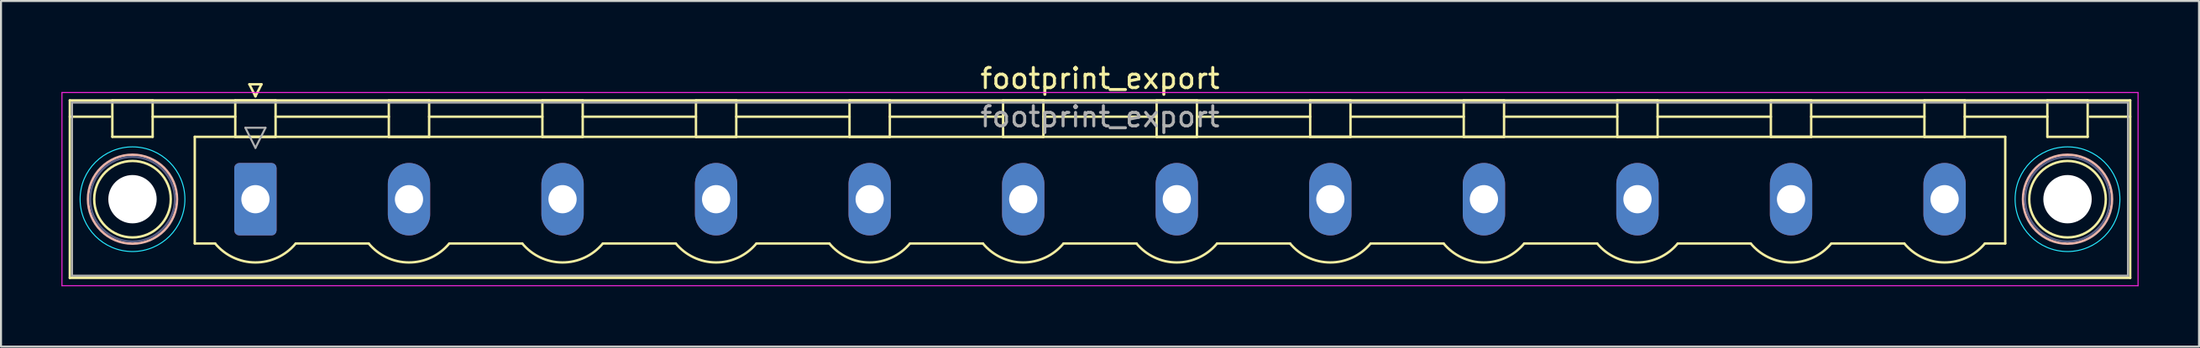
<source format=kicad_pcb>
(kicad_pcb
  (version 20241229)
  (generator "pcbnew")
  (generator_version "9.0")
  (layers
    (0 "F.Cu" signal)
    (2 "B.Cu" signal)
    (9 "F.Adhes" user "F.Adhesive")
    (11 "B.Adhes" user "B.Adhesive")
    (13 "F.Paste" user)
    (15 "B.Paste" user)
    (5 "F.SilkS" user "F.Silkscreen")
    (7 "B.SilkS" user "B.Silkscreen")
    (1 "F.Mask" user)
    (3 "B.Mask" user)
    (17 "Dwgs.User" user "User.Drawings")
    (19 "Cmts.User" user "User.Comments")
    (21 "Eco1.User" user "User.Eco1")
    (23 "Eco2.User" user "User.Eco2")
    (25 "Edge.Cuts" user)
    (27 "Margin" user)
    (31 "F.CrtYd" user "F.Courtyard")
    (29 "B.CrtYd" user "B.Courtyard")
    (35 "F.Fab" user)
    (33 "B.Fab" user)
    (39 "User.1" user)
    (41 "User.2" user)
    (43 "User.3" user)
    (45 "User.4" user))
  (footprint "footprint_export"
    (layer "F.Cu")
    (at 9.625 6.848)
    (property "Reference" "footprint_export" (at 41.91 -6 0) (layer "F.SilkS") (effects (font (size 1 1) (thickness 0.15))))
    (attr through_hole)
    (fp_line (start -9.21 -4.91) (end -9.21 3.91) (stroke (width 0.12) (type solid)) (layer "F.SilkS"))
    (fp_line (start -9.21 -4.1) (end -7.21 -4.1) (stroke (width 0.12) (type solid)) (layer "F.SilkS"))
    (fp_line (start -9.21 3.91) (end 93.03 3.91) (stroke (width 0.12) (type solid)) (layer "F.SilkS"))
    (fp_line (start -7.1 -4.91) (end -5.1 -4.91) (stroke (width 0.12) (type solid)) (layer "F.SilkS"))
    (fp_line (start -7.1 -3.1) (end -7.1 -4.91) (stroke (width 0.12) (type solid)) (layer "F.SilkS"))
    (fp_line (start -5.1 -4.91) (end -5.1 -3.1) (stroke (width 0.12) (type solid)) (layer "F.SilkS"))
    (fp_line (start -5.1 -4.1) (end -1 -4.1) (stroke (width 0.12) (type solid)) (layer "F.SilkS"))
    (fp_line (start -5.1 -3.1) (end -7.1 -3.1) (stroke (width 0.12) (type solid)) (layer "F.SilkS"))
    (fp_line (start -3.01 -3.1) (end 86.83 -3.1) (stroke (width 0.12) (type solid)) (layer "F.SilkS"))
    (fp_line (start -3.01 2.2) (end -3.01 -3.1) (stroke (width 0.12) (type solid)) (layer "F.SilkS"))
    (fp_line (start -2 2.2) (end -3.01 2.2) (stroke (width 0.12) (type solid)) (layer "F.SilkS"))
    (fp_line (start -1 -4.91) (end 1 -4.91) (stroke (width 0.12) (type solid)) (layer "F.SilkS"))
    (fp_line (start -1 -3.1) (end -1 -4.91) (stroke (width 0.12) (type solid)) (layer "F.SilkS"))
    (fp_line (start -0.3 -5.71) (end 0.3 -5.71) (stroke (width 0.12) (type solid)) (layer "F.SilkS"))
    (fp_line (start 0 -5.11) (end -0.3 -5.71) (stroke (width 0.12) (type solid)) (layer "F.SilkS"))
    (fp_line (start 0.3 -5.71) (end 0 -5.11) (stroke (width 0.12) (type solid)) (layer "F.SilkS"))
    (fp_line (start 1 -4.91) (end 1 -3.1) (stroke (width 0.12) (type solid)) (layer "F.SilkS"))
    (fp_line (start 1 -4.1) (end 6.62 -4.1) (stroke (width 0.12) (type solid)) (layer "F.SilkS"))
    (fp_line (start 1 -3.1) (end -1 -3.1) (stroke (width 0.12) (type solid)) (layer "F.SilkS"))
    (fp_line (start 2 2.2) (end 5.62 2.2) (stroke (width 0.12) (type solid)) (layer "F.SilkS"))
    (fp_line (start 6.62 -4.91) (end 8.62 -4.91) (stroke (width 0.12) (type solid)) (layer "F.SilkS"))
    (fp_line (start 6.62 -3.1) (end 6.62 -4.91) (stroke (width 0.12) (type solid)) (layer "F.SilkS"))
    (fp_line (start 8.62 -4.91) (end 8.62 -3.1) (stroke (width 0.12) (type solid)) (layer "F.SilkS"))
    (fp_line (start 8.62 -4.1) (end 14.24 -4.1) (stroke (width 0.12) (type solid)) (layer "F.SilkS"))
    (fp_line (start 8.62 -3.1) (end 6.62 -3.1) (stroke (width 0.12) (type solid)) (layer "F.SilkS"))
    (fp_line (start 9.62 2.2) (end 13.24 2.2) (stroke (width 0.12) (type solid)) (layer "F.SilkS"))
    (fp_line (start 14.24 -4.91) (end 16.24 -4.91) (stroke (width 0.12) (type solid)) (layer "F.SilkS"))
    (fp_line (start 14.24 -3.1) (end 14.24 -4.91) (stroke (width 0.12) (type solid)) (layer "F.SilkS"))
    (fp_line (start 16.24 -4.91) (end 16.24 -3.1) (stroke (width 0.12) (type solid)) (layer "F.SilkS"))
    (fp_line (start 16.24 -4.1) (end 21.86 -4.1) (stroke (width 0.12) (type solid)) (layer "F.SilkS"))
    (fp_line (start 16.24 -3.1) (end 14.24 -3.1) (stroke (width 0.12) (type solid)) (layer "F.SilkS"))
    (fp_line (start 17.24 2.2) (end 20.86 2.2) (stroke (width 0.12) (type solid)) (layer "F.SilkS"))
    (fp_line (start 21.86 -4.91) (end 23.86 -4.91) (stroke (width 0.12) (type solid)) (layer "F.SilkS"))
    (fp_line (start 21.86 -3.1) (end 21.86 -4.91) (stroke (width 0.12) (type solid)) (layer "F.SilkS"))
    (fp_line (start 23.86 -4.91) (end 23.86 -3.1) (stroke (width 0.12) (type solid)) (layer "F.SilkS"))
    (fp_line (start 23.86 -4.1) (end 29.48 -4.1) (stroke (width 0.12) (type solid)) (layer "F.SilkS"))
    (fp_line (start 23.86 -3.1) (end 21.86 -3.1) (stroke (width 0.12) (type solid)) (layer "F.SilkS"))
    (fp_line (start 24.86 2.2) (end 28.48 2.2) (stroke (width 0.12) (type solid)) (layer "F.SilkS"))
    (fp_line (start 29.48 -4.91) (end 31.48 -4.91) (stroke (width 0.12) (type solid)) (layer "F.SilkS"))
    (fp_line (start 29.48 -3.1) (end 29.48 -4.91) (stroke (width 0.12) (type solid)) (layer "F.SilkS"))
    (fp_line (start 31.48 -4.91) (end 31.48 -3.1) (stroke (width 0.12) (type solid)) (layer "F.SilkS"))
    (fp_line (start 31.48 -4.1) (end 37.1 -4.1) (stroke (width 0.12) (type solid)) (layer "F.SilkS"))
    (fp_line (start 31.48 -3.1) (end 29.48 -3.1) (stroke (width 0.12) (type solid)) (layer "F.SilkS"))
    (fp_line (start 32.48 2.2) (end 36.1 2.2) (stroke (width 0.12) (type solid)) (layer "F.SilkS"))
    (fp_line (start 37.1 -4.91) (end 39.1 -4.91) (stroke (width 0.12) (type solid)) (layer "F.SilkS"))
    (fp_line (start 37.1 -3.1) (end 37.1 -4.91) (stroke (width 0.12) (type solid)) (layer "F.SilkS"))
    (fp_line (start 39.1 -4.91) (end 39.1 -3.1) (stroke (width 0.12) (type solid)) (layer "F.SilkS"))
    (fp_line (start 39.1 -4.1) (end 44.72 -4.1) (stroke (width 0.12) (type solid)) (layer "F.SilkS"))
    (fp_line (start 39.1 -3.1) (end 37.1 -3.1) (stroke (width 0.12) (type solid)) (layer "F.SilkS"))
    (fp_line (start 40.1 2.2) (end 43.72 2.2) (stroke (width 0.12) (type solid)) (layer "F.SilkS"))
    (fp_line (start 44.72 -4.91) (end 46.72 -4.91) (stroke (width 0.12) (type solid)) (layer "F.SilkS"))
    (fp_line (start 44.72 -3.1) (end 44.72 -4.91) (stroke (width 0.12) (type solid)) (layer "F.SilkS"))
    (fp_line (start 46.72 -4.91) (end 46.72 -3.1) (stroke (width 0.12) (type solid)) (layer "F.SilkS"))
    (fp_line (start 46.72 -4.1) (end 52.34 -4.1) (stroke (width 0.12) (type solid)) (layer "F.SilkS"))
    (fp_line (start 46.72 -3.1) (end 44.72 -3.1) (stroke (width 0.12) (type solid)) (layer "F.SilkS"))
    (fp_line (start 47.72 2.2) (end 51.34 2.2) (stroke (width 0.12) (type solid)) (layer "F.SilkS"))
    (fp_line (start 52.34 -4.91) (end 54.34 -4.91) (stroke (width 0.12) (type solid)) (layer "F.SilkS"))
    (fp_line (start 52.34 -3.1) (end 52.34 -4.91) (stroke (width 0.12) (type solid)) (layer "F.SilkS"))
    (fp_line (start 54.34 -4.91) (end 54.34 -3.1) (stroke (width 0.12) (type solid)) (layer "F.SilkS"))
    (fp_line (start 54.34 -4.1) (end 59.96 -4.1) (stroke (width 0.12) (type solid)) (layer "F.SilkS"))
    (fp_line (start 54.34 -3.1) (end 52.34 -3.1) (stroke (width 0.12) (type solid)) (layer "F.SilkS"))
    (fp_line (start 55.34 2.2) (end 58.96 2.2) (stroke (width 0.12) (type solid)) (layer "F.SilkS"))
    (fp_line (start 59.96 -4.91) (end 61.96 -4.91) (stroke (width 0.12) (type solid)) (layer "F.SilkS"))
    (fp_line (start 59.96 -3.1) (end 59.96 -4.91) (stroke (width 0.12) (type solid)) (layer "F.SilkS"))
    (fp_line (start 61.96 -4.91) (end 61.96 -3.1) (stroke (width 0.12) (type solid)) (layer "F.SilkS"))
    (fp_line (start 61.96 -4.1) (end 67.58 -4.1) (stroke (width 0.12) (type solid)) (layer "F.SilkS"))
    (fp_line (start 61.96 -3.1) (end 59.96 -3.1) (stroke (width 0.12) (type solid)) (layer "F.SilkS"))
    (fp_line (start 62.96 2.2) (end 66.58 2.2) (stroke (width 0.12) (type solid)) (layer "F.SilkS"))
    (fp_line (start 67.58 -4.91) (end 69.58 -4.91) (stroke (width 0.12) (type solid)) (layer "F.SilkS"))
    (fp_line (start 67.58 -3.1) (end 67.58 -4.91) (stroke (width 0.12) (type solid)) (layer "F.SilkS"))
    (fp_line (start 69.58 -4.91) (end 69.58 -3.1) (stroke (width 0.12) (type solid)) (layer "F.SilkS"))
    (fp_line (start 69.58 -4.1) (end 75.2 -4.1) (stroke (width 0.12) (type solid)) (layer "F.SilkS"))
    (fp_line (start 69.58 -3.1) (end 67.58 -3.1) (stroke (width 0.12) (type solid)) (layer "F.SilkS"))
    (fp_line (start 70.58 2.2) (end 74.2 2.2) (stroke (width 0.12) (type solid)) (layer "F.SilkS"))
    (fp_line (start 75.2 -4.91) (end 77.2 -4.91) (stroke (width 0.12) (type solid)) (layer "F.SilkS"))
    (fp_line (start 75.2 -3.1) (end 75.2 -4.91) (stroke (width 0.12) (type solid)) (layer "F.SilkS"))
    (fp_line (start 77.2 -4.91) (end 77.2 -3.1) (stroke (width 0.12) (type solid)) (layer "F.SilkS"))
    (fp_line (start 77.2 -4.1) (end 82.82 -4.1) (stroke (width 0.12) (type solid)) (layer "F.SilkS"))
    (fp_line (start 77.2 -3.1) (end 75.2 -3.1) (stroke (width 0.12) (type solid)) (layer "F.SilkS"))
    (fp_line (start 78.2 2.2) (end 81.82 2.2) (stroke (width 0.12) (type solid)) (layer "F.SilkS"))
    (fp_line (start 82.82 -4.91) (end 84.82 -4.91) (stroke (width 0.12) (type solid)) (layer "F.SilkS"))
    (fp_line (start 82.82 -3.1) (end 82.82 -4.91) (stroke (width 0.12) (type solid)) (layer "F.SilkS"))
    (fp_line (start 84.82 -4.91) (end 84.82 -3.1) (stroke (width 0.12) (type solid)) (layer "F.SilkS"))
    (fp_line (start 84.82 -4.1) (end 88.92 -4.1) (stroke (width 0.12) (type solid)) (layer "F.SilkS"))
    (fp_line (start 84.82 -3.1) (end 82.82 -3.1) (stroke (width 0.12) (type solid)) (layer "F.SilkS"))
    (fp_line (start 86.83 -3.1) (end 86.83 2.2) (stroke (width 0.12) (type solid)) (layer "F.SilkS"))
    (fp_line (start 86.83 2.2) (end 85.82 2.2) (stroke (width 0.12) (type solid)) (layer "F.SilkS"))
    (fp_line (start 88.92 -4.91) (end 90.92 -4.91) (stroke (width 0.12) (type solid)) (layer "F.SilkS"))
    (fp_line (start 88.92 -3.1) (end 88.92 -4.91) (stroke (width 0.12) (type solid)) (layer "F.SilkS"))
    (fp_line (start 90.92 -4.91) (end 90.92 -3.1) (stroke (width 0.12) (type solid)) (layer "F.SilkS"))
    (fp_line (start 90.92 -3.1) (end 88.92 -3.1) (stroke (width 0.12) (type solid)) (layer "F.SilkS"))
    (fp_line (start 93.03 -4.91) (end -9.21 -4.91) (stroke (width 0.12) (type solid)) (layer "F.SilkS"))
    (fp_line (start 93.03 -4.1) (end 91.03 -4.1) (stroke (width 0.12) (type solid)) (layer "F.SilkS"))
    (fp_line (start 93.03 3.91) (end 93.03 -4.91) (stroke (width 0.12) (type solid)) (layer "F.SilkS"))
    (fp_arc (start 1.986842 2.215821) (mid -0.010289 3.142758) (end -2 2.2) (stroke (width 0.12) (type solid)) (layer "F.SilkS"))
    (fp_arc (start 9.606842 2.215821) (mid 7.609711 3.142758) (end 5.62 2.2) (stroke (width 0.12) (type solid)) (layer "F.SilkS"))
    (fp_arc (start 17.226842 2.215821) (mid 15.229711 3.142758) (end 13.24 2.2) (stroke (width 0.12) (type solid)) (layer "F.SilkS"))
    (fp_arc (start 24.846842 2.215821) (mid 22.849711 3.142758) (end 20.86 2.2) (stroke (width 0.12) (type solid)) (layer "F.SilkS"))
    (fp_arc (start 32.466842 2.215821) (mid 30.469711 3.142758) (end 28.48 2.2) (stroke (width 0.12) (type solid)) (layer "F.SilkS"))
    (fp_arc (start 40.086842 2.215821) (mid 38.089711 3.142758) (end 36.1 2.2) (stroke (width 0.12) (type solid)) (layer "F.SilkS"))
    (fp_arc (start 47.706842 2.215821) (mid 45.709711 3.142758) (end 43.72 2.2) (stroke (width 0.12) (type solid)) (layer "F.SilkS"))
    (fp_arc (start 55.326842 2.215821) (mid 53.329711 3.142758) (end 51.34 2.2) (stroke (width 0.12) (type solid)) (layer "F.SilkS"))
    (fp_arc (start 62.946842 2.215821) (mid 60.949711 3.142758) (end 58.96 2.2) (stroke (width 0.12) (type solid)) (layer "F.SilkS"))
    (fp_arc (start 70.566842 2.215821) (mid 68.569711 3.142758) (end 66.58 2.2) (stroke (width 0.12) (type solid)) (layer "F.SilkS"))
    (fp_arc (start 78.186842 2.215821) (mid 76.189711 3.142758) (end 74.2 2.2) (stroke (width 0.12) (type solid)) (layer "F.SilkS"))
    (fp_arc (start 85.806842 2.215821) (mid 83.809711 3.142758) (end 81.82 2.2) (stroke (width 0.12) (type solid)) (layer "F.SilkS"))
    (fp_circle (center -6.1 0) (end -4.2 0) (stroke (width 0.12) (type solid)) (fill no) (layer "F.SilkS"))
    (fp_circle (center 89.92 0) (end 91.82 0) (stroke (width 0.12) (type solid)) (fill no) (layer "F.SilkS"))
    (fp_circle (center -6.1 0) (end -3.89 0) (stroke (width 0.12) (type solid)) (fill no) (layer "B.SilkS"))
    (fp_circle (center 89.92 0) (end 92.13 0) (stroke (width 0.12) (type solid)) (fill no) (layer "B.SilkS"))
    (fp_circle (center -6.1 0) (end -3.5 0) (stroke (width 0.05) (type solid)) (fill no) (layer "B.CrtYd"))
    (fp_circle (center 89.92 0) (end 92.52 0) (stroke (width 0.05) (type solid)) (fill no) (layer "B.CrtYd"))
    (fp_line (start -9.6 -5.3) (end -9.6 4.3) (stroke (width 0.05) (type solid)) (layer "F.CrtYd"))
    (fp_line (start -9.6 4.3) (end 93.42 4.3) (stroke (width 0.05) (type solid)) (layer "F.CrtYd"))
    (fp_line (start 93.42 -5.3) (end -9.6 -5.3) (stroke (width 0.05) (type solid)) (layer "F.CrtYd"))
    (fp_line (start 93.42 4.3) (end 93.42 -5.3) (stroke (width 0.05) (type solid)) (layer "F.CrtYd"))
    (fp_circle (center -6.1 0) (end -4 0) (stroke (width 0.1) (type solid)) (fill no) (layer "B.Fab"))
    (fp_circle (center 89.92 0) (end 92.02 0) (stroke (width 0.1) (type solid)) (fill no) (layer "B.Fab"))
    (fp_line (start -9.1 -4.8) (end -9.1 3.8) (stroke (width 0.1) (type solid)) (layer "F.Fab"))
    (fp_line (start -9.1 3.8) (end 92.92 3.8) (stroke (width 0.1) (type solid)) (layer "F.Fab"))
    (fp_line (start -0.5 -3.55) (end 0.5 -3.55) (stroke (width 0.1) (type solid)) (layer "F.Fab"))
    (fp_line (start 0 -2.55) (end -0.5 -3.55) (stroke (width 0.1) (type solid)) (layer "F.Fab"))
    (fp_line (start 0.5 -3.55) (end 0 -2.55) (stroke (width 0.1) (type solid)) (layer "F.Fab"))
    (fp_line (start 92.92 -4.8) (end -9.1 -4.8) (stroke (width 0.1) (type solid)) (layer "F.Fab"))
    (fp_line (start 92.92 3.8) (end 92.92 -4.8) (stroke (width 0.1) (type solid)) (layer "F.Fab"))
    (fp_text user "${REFERENCE}" (at 41.91 -4.1 0) (layer "F.Fab") (effects (font (size 1 1) (thickness 0.15))))
    (pad "" np_thru_hole circle (at -6.1 0) (size 2.4 2.4) (drill 2.4) (layers "*.Cu" "*.Mask"))
    (pad "" np_thru_hole circle (at 89.92 0) (size 2.4 2.4) (drill 2.4) (layers "*.Cu" "*.Mask"))
    (pad "1" thru_hole roundrect (at 0 0) (size 2.1 3.6) (drill 1.4) (layers "*.Cu" "*.Mask") (roundrect_rratio 0.119))
    (pad "2" thru_hole oval (at 7.62 0) (size 2.1 3.6) (drill 1.4) (layers "*.Cu" "*.Mask"))
    (pad "3" thru_hole oval (at 15.24 0) (size 2.1 3.6) (drill 1.4) (layers "*.Cu" "*.Mask"))
    (pad "4" thru_hole oval (at 22.86 0) (size 2.1 3.6) (drill 1.4) (layers "*.Cu" "*.Mask"))
    (pad "5" thru_hole oval (at 30.48 0) (size 2.1 3.6) (drill 1.4) (layers "*.Cu" "*.Mask"))
    (pad "6" thru_hole oval (at 38.1 0) (size 2.1 3.6) (drill 1.4) (layers "*.Cu" "*.Mask"))
    (pad "7" thru_hole oval (at 45.72 0) (size 2.1 3.6) (drill 1.4) (layers "*.Cu" "*.Mask"))
    (pad "8" thru_hole oval (at 53.34 0) (size 2.1 3.6) (drill 1.4) (layers "*.Cu" "*.Mask"))
    (pad "9" thru_hole oval (at 60.96 0) (size 2.1 3.6) (drill 1.4) (layers "*.Cu" "*.Mask"))
    (pad "10" thru_hole oval (at 68.58 0) (size 2.1 3.6) (drill 1.4) (layers "*.Cu" "*.Mask"))
    (pad "11" thru_hole oval (at 76.2 0) (size 2.1 3.6) (drill 1.4) (layers "*.Cu" "*.Mask"))
    (pad "12" thru_hole oval (at 83.82 0) (size 2.1 3.6) (drill 1.4) (layers "*.Cu" "*.Mask")))
  (gr_rect
    (start -3 -3)
    (end 106.07 14.173)
    (stroke (width 0.1) (type default))
    (fill no)
    (layer "Edge.Cuts")))
</source>
